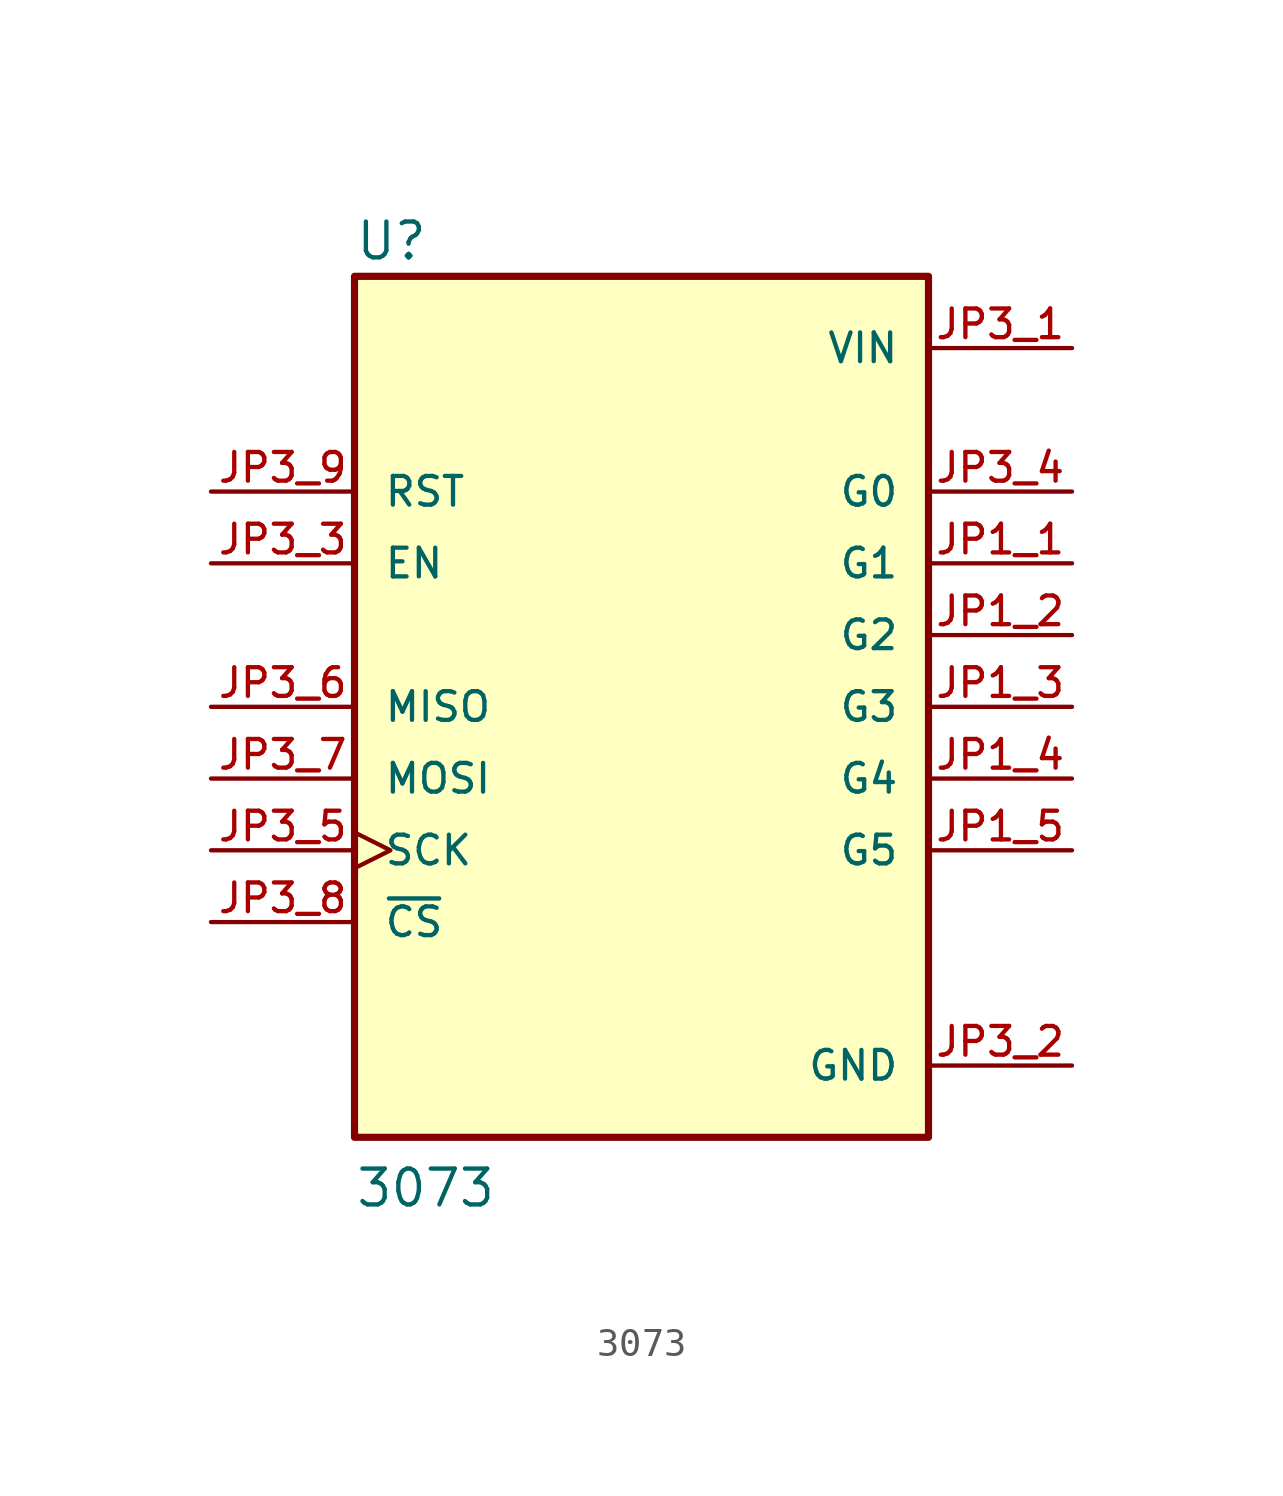
<source format=kicad_sym>
(kicad_symbol_lib
  (version 20211014)
  (generator kicad_symbol_editor)
  (symbol "3073"
    (pin_names
      (offset 1.016))
    (property "Reference" "U"
      (at -10.16 15.748 0)
      (effects (font (size 1.27 1.27)) (justify bottom left)))
    (property "Value" "3073"
      (at -10.16 -17.78 0)
      (effects (font (size 1.27 1.27)) (justify bottom left)))
    (symbol "3073_0_0"
      (rectangle (start -10.16 -15.24) (end 10.16 15.24) (stroke (width 0.254)) (fill (type background)))
      (pin power_in line (at 15.24 12.7 180.0) (length 5.08) (name "VIN" (effects (font (size 1.016 1.016)))) (number "JP3_1" (effects (font (size 1.016 1.016)))))
      (pin power_in line (at 15.24 -12.7 180.0) (length 5.08) (name "GND" (effects (font (size 1.016 1.016)))) (number "JP3_2" (effects (font (size 1.016 1.016)))))
      (pin input clock (at -15.24 -5.08 0) (length 5.08) (name "SCK" (effects (font (size 1.016 1.016)))) (number "JP3_5" (effects (font (size 1.016 1.016)))))
      (pin input line (at -15.24 7.62 0) (length 5.08) (name "RST" (effects (font (size 1.016 1.016)))) (number "JP3_9" (effects (font (size 1.016 1.016)))))
      (pin input line (at -15.24 -7.62 0) (length 5.08) (name "~{CS}" (effects (font (size 1.016 1.016)))) (number "JP3_8" (effects (font (size 1.016 1.016)))))
      (pin output line (at -15.24 0.0 0) (length 5.08) (name "MISO" (effects (font (size 1.016 1.016)))) (number "JP3_6" (effects (font (size 1.016 1.016)))))
      (pin input line (at -15.24 -2.54 0) (length 5.08) (name "MOSI" (effects (font (size 1.016 1.016)))) (number "JP3_7" (effects (font (size 1.016 1.016)))))
      (pin bidirectional line (at 15.24 7.62 180.0) (length 5.08) (name "G0" (effects (font (size 1.016 1.016)))) (number "JP3_4" (effects (font (size 1.016 1.016)))))
      (pin bidirectional line (at 15.24 5.08 180.0) (length 5.08) (name "G1" (effects (font (size 1.016 1.016)))) (number "JP1_1" (effects (font (size 1.016 1.016)))))
      (pin bidirectional line (at 15.24 2.54 180.0) (length 5.08) (name "G2" (effects (font (size 1.016 1.016)))) (number "JP1_2" (effects (font (size 1.016 1.016)))))
      (pin bidirectional line (at 15.24 0.0 180.0) (length 5.08) (name "G3" (effects (font (size 1.016 1.016)))) (number "JP1_3" (effects (font (size 1.016 1.016)))))
      (pin bidirectional line (at 15.24 -2.54 180.0) (length 5.08) (name "G4" (effects (font (size 1.016 1.016)))) (number "JP1_4" (effects (font (size 1.016 1.016)))))
      (pin bidirectional line (at 15.24 -5.08 180.0) (length 5.08) (name "G5" (effects (font (size 1.016 1.016)))) (number "JP1_5" (effects (font (size 1.016 1.016)))))
      (pin input line (at -15.24 5.08 0) (length 5.08) (name "EN" (effects (font (size 1.016 1.016)))) (number "JP3_3" (effects (font (size 1.016 1.016))))))))
</source>
